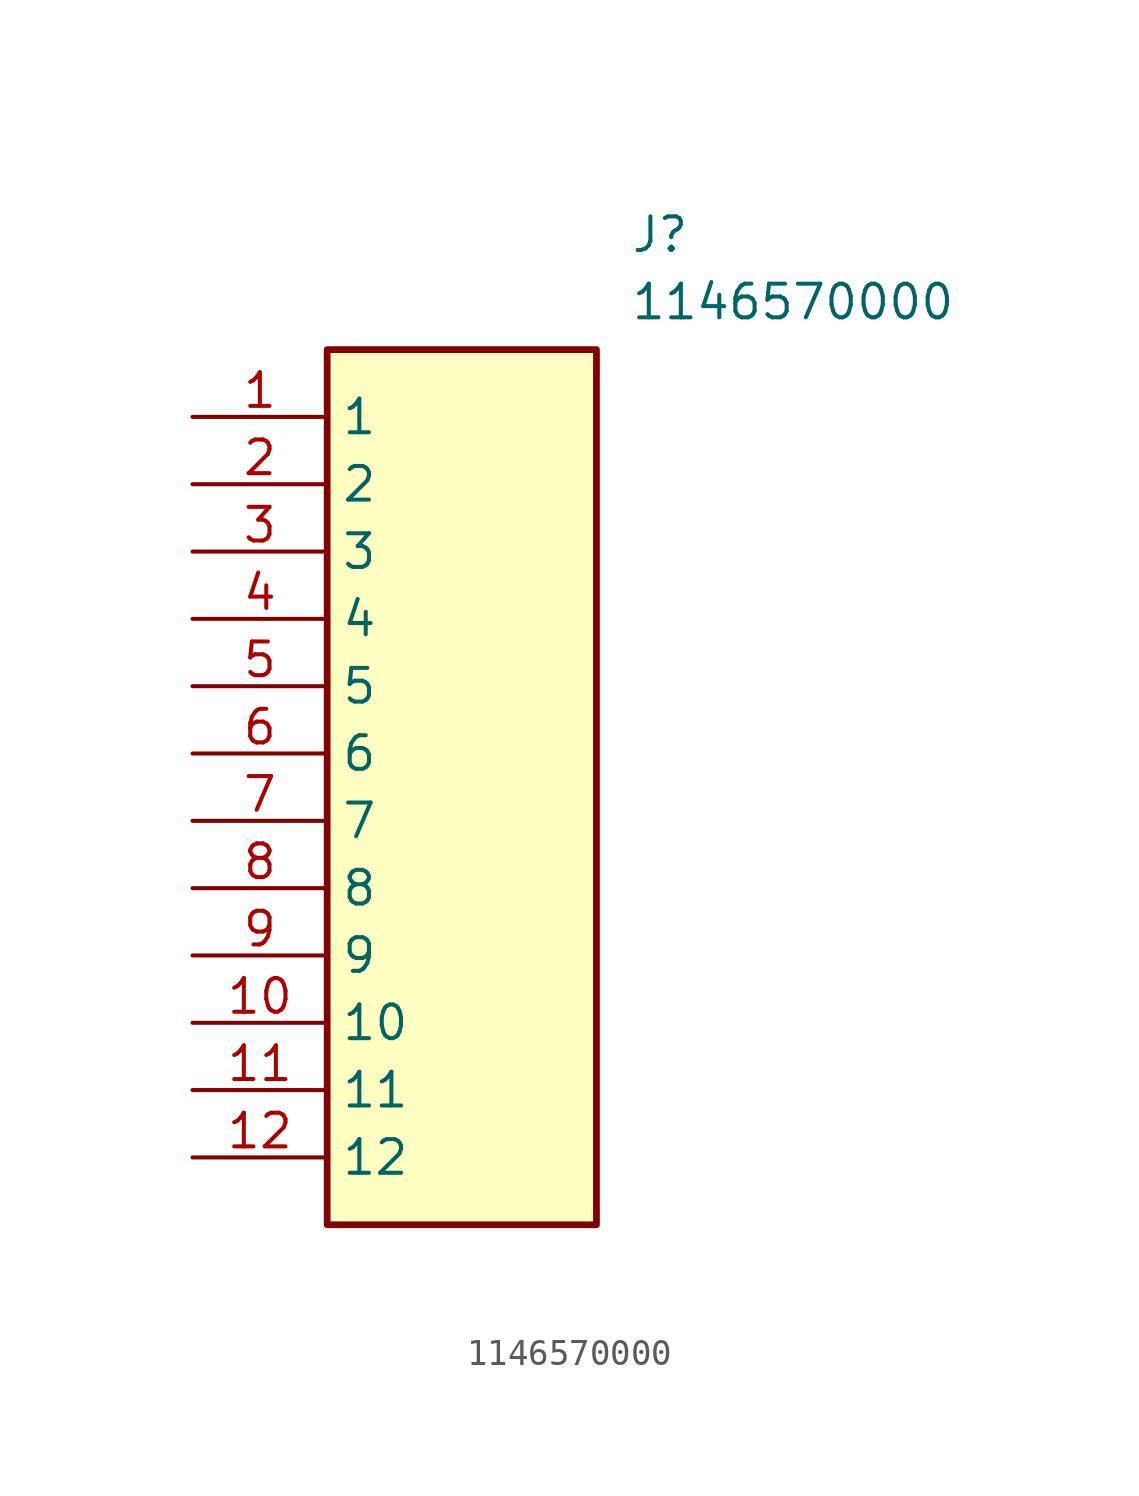
<source format=kicad_sym>
(kicad_symbol_lib
  (version 20211014)
  (generator SamacSys_ECAD_Model)
  (symbol "1146570000"
    (property "Reference" "J"
      (at 16.51 7.62 0)
      (effects (font (size 1.27 1.27)) (justify left top)))
    (property "Value" "1146570000"
      (at 16.51 5.08 0)
      (effects (font (size 1.27 1.27)) (justify left top)))
    (rectangle
      (start 5.08 2.54)
      (end 15.24 -30.48)
      (stroke (width 0.254) (type default))
      (fill (type background)))
    (pin passive line
      (at 0 0 0)
      (length 5.08)
      (name "1" (effects (font (size 1.27 1.27))))
      (number "1" (effects (font (size 1.27 1.27)))))
    (pin passive line
      (at 0 -2.54 0)
      (length 5.08)
      (name "2" (effects (font (size 1.27 1.27))))
      (number "2" (effects (font (size 1.27 1.27)))))
    (pin passive line
      (at 0 -5.08 0)
      (length 5.08)
      (name "3" (effects (font (size 1.27 1.27))))
      (number "3" (effects (font (size 1.27 1.27)))))
    (pin passive line
      (at 0 -7.62 0)
      (length 5.08)
      (name "4" (effects (font (size 1.27 1.27))))
      (number "4" (effects (font (size 1.27 1.27)))))
    (pin passive line
      (at 0 -10.16 0)
      (length 5.08)
      (name "5" (effects (font (size 1.27 1.27))))
      (number "5" (effects (font (size 1.27 1.27)))))
    (pin passive line
      (at 0 -12.7 0)
      (length 5.08)
      (name "6" (effects (font (size 1.27 1.27))))
      (number "6" (effects (font (size 1.27 1.27)))))
    (pin passive line
      (at 0 -15.24 0)
      (length 5.08)
      (name "7" (effects (font (size 1.27 1.27))))
      (number "7" (effects (font (size 1.27 1.27)))))
    (pin passive line
      (at 0 -17.78 0)
      (length 5.08)
      (name "8" (effects (font (size 1.27 1.27))))
      (number "8" (effects (font (size 1.27 1.27)))))
    (pin passive line
      (at 0 -20.32 0)
      (length 5.08)
      (name "9" (effects (font (size 1.27 1.27))))
      (number "9" (effects (font (size 1.27 1.27)))))
    (pin passive line
      (at 0 -22.86 0)
      (length 5.08)
      (name "10" (effects (font (size 1.27 1.27))))
      (number "10" (effects (font (size 1.27 1.27)))))
    (pin passive line
      (at 0 -25.4 0)
      (length 5.08)
      (name "11" (effects (font (size 1.27 1.27))))
      (number "11" (effects (font (size 1.27 1.27)))))
    (pin passive line
      (at 0 -27.94 0)
      (length 5.08)
      (name "12" (effects (font (size 1.27 1.27))))
      (number "12" (effects (font (size 1.27 1.27)))))))
</source>
